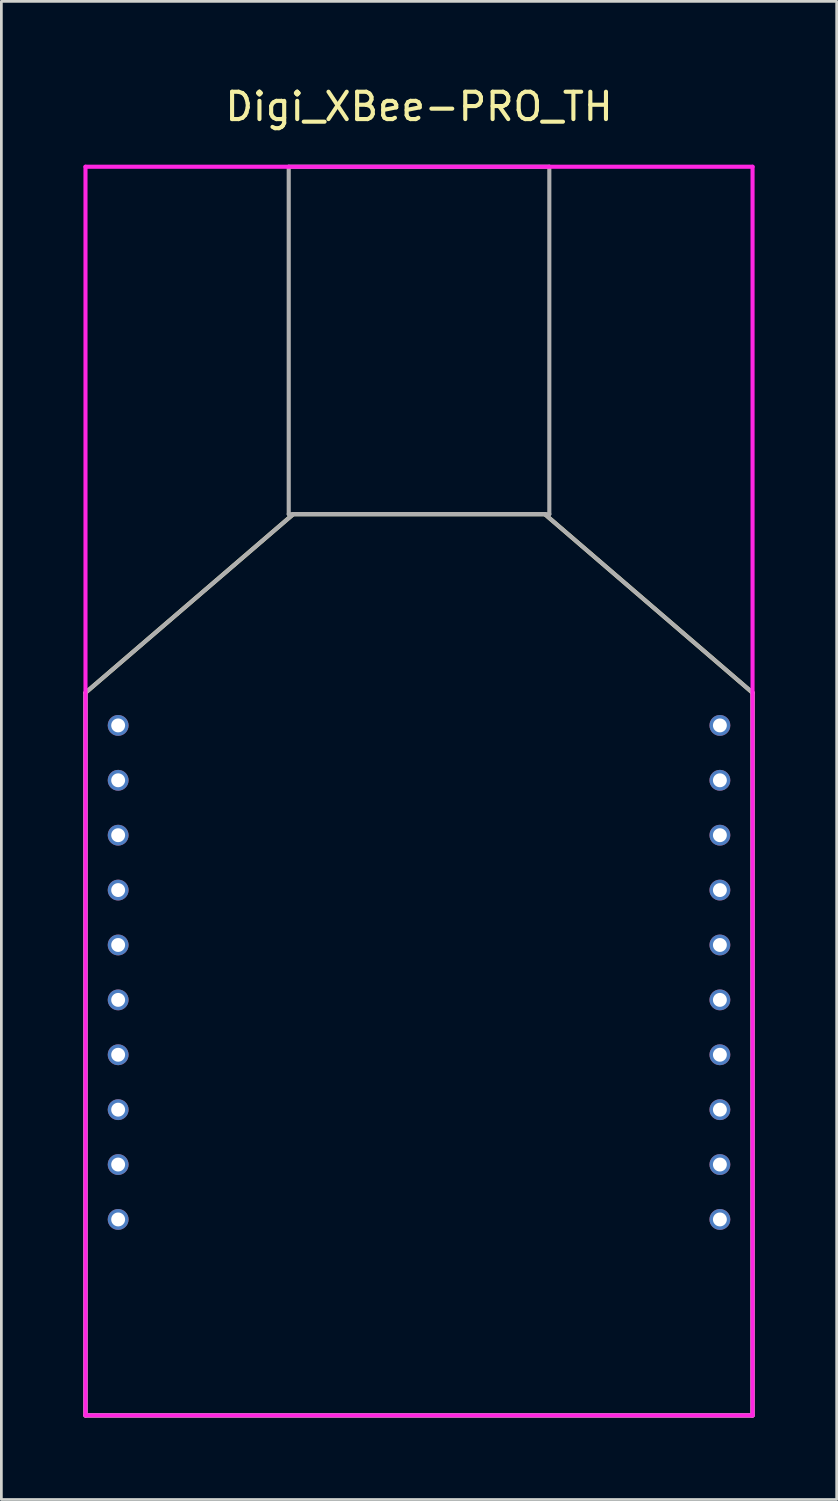
<source format=kicad_pcb>
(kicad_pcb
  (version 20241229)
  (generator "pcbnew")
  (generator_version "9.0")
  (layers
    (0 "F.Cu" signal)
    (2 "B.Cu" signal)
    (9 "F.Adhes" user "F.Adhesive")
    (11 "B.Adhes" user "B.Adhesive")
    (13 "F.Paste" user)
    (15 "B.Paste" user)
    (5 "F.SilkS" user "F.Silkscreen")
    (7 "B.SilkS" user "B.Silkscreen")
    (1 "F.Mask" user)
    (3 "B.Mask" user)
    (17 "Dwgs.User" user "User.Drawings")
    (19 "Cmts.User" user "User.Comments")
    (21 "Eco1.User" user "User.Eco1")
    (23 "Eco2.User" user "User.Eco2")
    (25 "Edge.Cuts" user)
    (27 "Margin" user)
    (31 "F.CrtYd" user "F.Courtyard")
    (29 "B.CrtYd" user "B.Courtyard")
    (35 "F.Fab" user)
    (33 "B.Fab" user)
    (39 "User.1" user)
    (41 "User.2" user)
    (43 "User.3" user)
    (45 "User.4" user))
  (footprint "Digi_XBee-PRO_TH"
    (layer "F.Cu")
    (at 12.267 25.867)
    (property "Reference" "Digi_XBee-PRO_TH" (at 0 -25.019 0) (layer "F.SilkS") (effects (font (size 1 1) (thickness 0.15))))
    (attr through_hole)
    (fp_line (start -12.192 -3.594) (end -12.192 22.822) (stroke (width 0.15) (type solid)) (layer "F.SilkS"))
    (fp_line (start -12.192 22.822) (end 12.192 22.822) (stroke (width 0.15) (type solid)) (layer "F.SilkS"))
    (fp_line (start -4.597 -10.122) (end -12.192 -3.594) (stroke (width 0.15) (type solid)) (layer "F.SilkS"))
    (fp_line (start 4.597 -10.122) (end -4.597 -10.122) (stroke (width 0.15) (type solid)) (layer "F.SilkS"))
    (fp_line (start 12.192 -3.594) (end 4.597 -10.122) (stroke (width 0.15) (type solid)) (layer "F.SilkS"))
    (fp_line (start 12.192 22.822) (end 12.192 -3.594) (stroke (width 0.15) (type solid)) (layer "F.SilkS"))
    (fp_line (start -12.192 -22.822) (end -12.192 22.822) (stroke (width 0.15) (type solid)) (layer "F.CrtYd"))
    (fp_line (start -12.192 22.822) (end 12.192 22.822) (stroke (width 0.15) (type solid)) (layer "F.CrtYd"))
    (fp_line (start 12.192 -22.822) (end -12.192 -22.822) (stroke (width 0.15) (type solid)) (layer "F.CrtYd"))
    (fp_line (start 12.192 22.822) (end 12.192 -22.822) (stroke (width 0.15) (type solid)) (layer "F.CrtYd"))
    (fp_line (start -12.192 -3.594) (end -12.192 22.822) (stroke (width 0.15) (type solid)) (layer "F.Fab"))
    (fp_line (start -12.192 22.822) (end 12.192 22.822) (stroke (width 0.15) (type solid)) (layer "F.Fab"))
    (fp_line (start -4.763 -22.822) (end 4.763 -22.822) (stroke (width 0.15) (type solid)) (layer "F.Fab"))
    (fp_line (start -4.763 -10.122) (end -4.763 -22.822) (stroke (width 0.15) (type solid)) (layer "F.Fab"))
    (fp_line (start -4.597 -10.122) (end -12.192 -3.594) (stroke (width 0.15) (type solid)) (layer "F.Fab"))
    (fp_line (start 4.597 -10.122) (end -4.597 -10.122) (stroke (width 0.15) (type solid)) (layer "F.Fab"))
    (fp_line (start 4.763 -22.822) (end 4.763 -10.122) (stroke (width 0.15) (type solid)) (layer "F.Fab"))
    (fp_line (start 4.763 -10.122) (end -4.763 -10.122) (stroke (width 0.15) (type solid)) (layer "F.Fab"))
    (fp_line (start 12.192 -3.594) (end 4.597 -10.122) (stroke (width 0.15) (type solid)) (layer "F.Fab"))
    (fp_line (start 12.192 22.822) (end 12.192 -3.594) (stroke (width 0.15) (type solid)) (layer "F.Fab"))
    (pad "1" thru_hole circle (at -10.998 -2.4) (size 0.762 0.762) (drill 0.508) (layers "*.Cu" "*.Mask"))
    (pad "2" thru_hole circle (at -10.998 -0.394) (size 0.762 0.762) (drill 0.508) (layers "*.Cu" "*.Mask"))
    (pad "3" thru_hole circle (at -10.998 1.613) (size 0.762 0.762) (drill 0.508) (layers "*.Cu" "*.Mask"))
    (pad "4" thru_hole circle (at -10.998 3.619) (size 0.762 0.762) (drill 0.508) (layers "*.Cu" "*.Mask"))
    (pad "5" thru_hole circle (at -10.998 5.626) (size 0.762 0.762) (drill 0.508) (layers "*.Cu" "*.Mask"))
    (pad "6" thru_hole circle (at -10.998 7.633) (size 0.762 0.762) (drill 0.508) (layers "*.Cu" "*.Mask"))
    (pad "7" thru_hole circle (at -10.998 9.639) (size 0.762 0.762) (drill 0.508) (layers "*.Cu" "*.Mask"))
    (pad "8" thru_hole circle (at -10.998 11.646) (size 0.762 0.762) (drill 0.508) (layers "*.Cu" "*.Mask"))
    (pad "9" thru_hole circle (at -10.998 13.652) (size 0.762 0.762) (drill 0.508) (layers "*.Cu" "*.Mask"))
    (pad "10" thru_hole circle (at -10.998 15.659) (size 0.762 0.762) (drill 0.508) (layers "*.Cu" "*.Mask"))
    (pad "11" thru_hole circle (at 10.998 -2.4) (size 0.762 0.762) (drill 0.508) (layers "*.Cu" "*.Mask"))
    (pad "12" thru_hole circle (at 10.998 -0.394) (size 0.762 0.762) (drill 0.508) (layers "*.Cu" "*.Mask"))
    (pad "13" thru_hole circle (at 10.998 1.613) (size 0.762 0.762) (drill 0.508) (layers "*.Cu" "*.Mask"))
    (pad "14" thru_hole circle (at 10.998 3.619) (size 0.762 0.762) (drill 0.508) (layers "*.Cu" "*.Mask"))
    (pad "15" thru_hole circle (at 10.998 5.626) (size 0.762 0.762) (drill 0.508) (layers "*.Cu" "*.Mask"))
    (pad "16" thru_hole circle (at 10.998 7.633) (size 0.762 0.762) (drill 0.508) (layers "*.Cu" "*.Mask"))
    (pad "17" thru_hole circle (at 10.998 9.639) (size 0.762 0.762) (drill 0.508) (layers "*.Cu" "*.Mask"))
    (pad "18" thru_hole circle (at 10.998 11.646) (size 0.762 0.762) (drill 0.508) (layers "*.Cu" "*.Mask"))
    (pad "19" thru_hole circle (at 10.998 13.652) (size 0.762 0.762) (drill 0.508) (layers "*.Cu" "*.Mask"))
    (pad "20" thru_hole circle (at 10.998 15.659) (size 0.762 0.762) (drill 0.508) (layers "*.Cu" "*.Mask")))
  (gr_rect
    (start -3 -3)
    (end 27.534 51.764)
    (stroke (width 0.1) (type default))
    (fill no)
    (layer "Edge.Cuts")))
</source>
